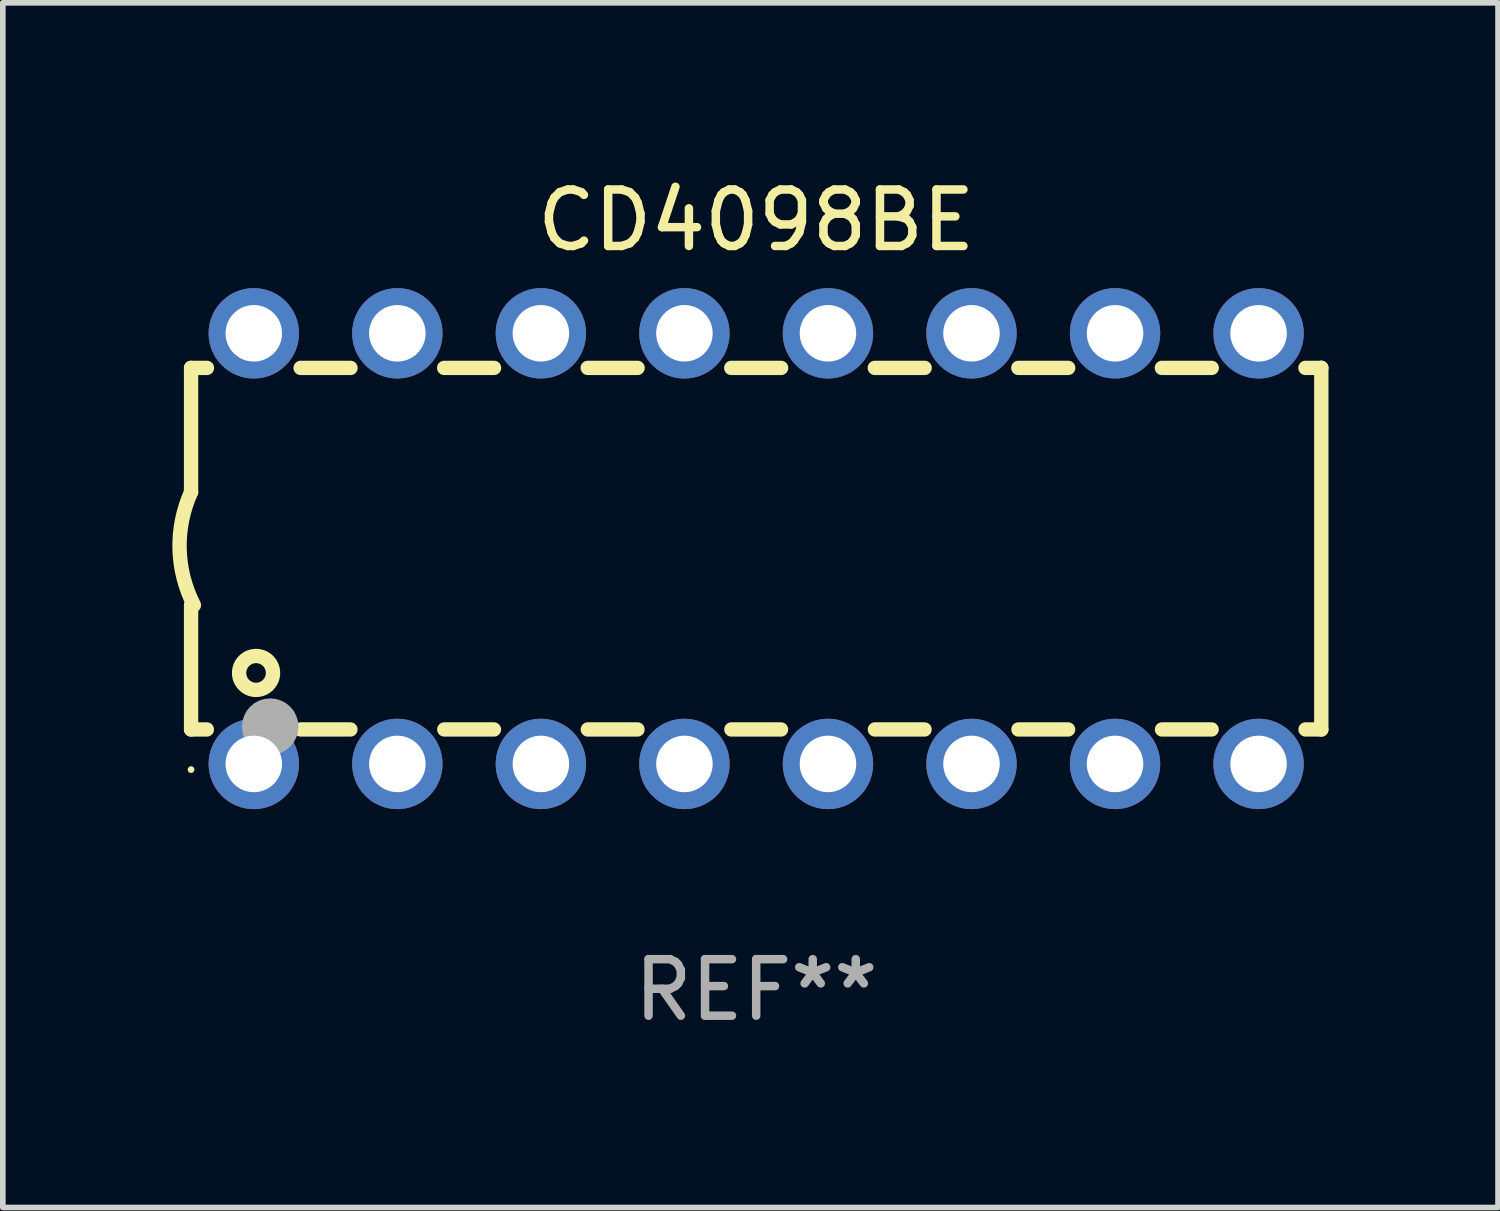
<source format=kicad_pcb>
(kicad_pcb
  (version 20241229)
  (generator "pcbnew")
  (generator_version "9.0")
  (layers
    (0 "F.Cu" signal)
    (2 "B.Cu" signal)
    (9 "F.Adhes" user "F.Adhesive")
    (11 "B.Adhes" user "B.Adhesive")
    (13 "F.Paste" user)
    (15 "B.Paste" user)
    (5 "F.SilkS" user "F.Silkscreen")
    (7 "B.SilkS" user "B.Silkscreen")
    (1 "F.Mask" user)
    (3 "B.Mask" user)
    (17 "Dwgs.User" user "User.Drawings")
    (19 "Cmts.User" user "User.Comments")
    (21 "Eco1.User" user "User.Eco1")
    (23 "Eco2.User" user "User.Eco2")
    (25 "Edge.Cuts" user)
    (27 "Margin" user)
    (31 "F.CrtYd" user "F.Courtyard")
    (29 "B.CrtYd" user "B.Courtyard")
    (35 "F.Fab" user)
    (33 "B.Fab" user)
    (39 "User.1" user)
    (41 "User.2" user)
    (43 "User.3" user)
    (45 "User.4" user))
  (footprint "CD4098BE"
    (layer "F.Cu")
    (at 10.331 6.658)
    (property "Reference" "CD4098BE" (at 0 -5.81 0) (layer "F.SilkS") (effects (font (size 1 1) (thickness 0.15))))
    (attr through_hole)
    (fp_line (start -10 -3.198) (end -9.719 -3.198) (stroke (width 0.254) (type solid)) (layer "F.SilkS"))
    (fp_line (start -10 -0.998) (end -10 -3.198) (stroke (width 0.254) (type solid)) (layer "F.SilkS"))
    (fp_line (start -10 3.2) (end -10 1) (stroke (width 0.254) (type solid)) (layer "F.SilkS"))
    (fp_line (start -10 3.2) (end -9.721 3.2) (stroke (width 0.254) (type solid)) (layer "F.SilkS"))
    (fp_line (start -8.061 -3.198) (end -7.179 -3.198) (stroke (width 0.254) (type solid)) (layer "F.SilkS"))
    (fp_line (start -8.059 3.2) (end -7.181 3.2) (stroke (width 0.254) (type solid)) (layer "F.SilkS"))
    (fp_line (start -5.521 -3.198) (end -4.639 -3.198) (stroke (width 0.254) (type solid)) (layer "F.SilkS"))
    (fp_line (start -5.519 3.2) (end -4.641 3.2) (stroke (width 0.254) (type solid)) (layer "F.SilkS"))
    (fp_line (start -2.981 -3.198) (end -2.099 -3.198) (stroke (width 0.254) (type solid)) (layer "F.SilkS"))
    (fp_line (start -2.979 3.2) (end -2.101 3.2) (stroke (width 0.254) (type solid)) (layer "F.SilkS"))
    (fp_line (start -0.441 -3.198) (end 0.441 -3.198) (stroke (width 0.254) (type solid)) (layer "F.SilkS"))
    (fp_line (start -0.439 3.2) (end 0.439 3.2) (stroke (width 0.254) (type solid)) (layer "F.SilkS"))
    (fp_line (start 2.099 -3.198) (end 2.981 -3.198) (stroke (width 0.254) (type solid)) (layer "F.SilkS"))
    (fp_line (start 2.101 3.2) (end 2.979 3.2) (stroke (width 0.254) (type solid)) (layer "F.SilkS"))
    (fp_line (start 4.639 -3.198) (end 5.521 -3.198) (stroke (width 0.254) (type solid)) (layer "F.SilkS"))
    (fp_line (start 4.641 3.2) (end 5.519 3.2) (stroke (width 0.254) (type solid)) (layer "F.SilkS"))
    (fp_line (start 7.179 -3.198) (end 8.061 -3.198) (stroke (width 0.254) (type solid)) (layer "F.SilkS"))
    (fp_line (start 7.181 3.2) (end 8.059 3.2) (stroke (width 0.254) (type solid)) (layer "F.SilkS"))
    (fp_line (start 9.719 -3.198) (end 10 -3.198) (stroke (width 0.254) (type solid)) (layer "F.SilkS"))
    (fp_line (start 9.721 3.2) (end 10 3.2) (stroke (width 0.254) (type solid)) (layer "F.SilkS"))
    (fp_line (start 10 3.2) (end 10 -3.2) (stroke (width 0.254) (type solid)) (layer "F.SilkS"))
    (fp_arc (start -9.949962 1) (mid -10.203153 0.005709) (end -10 -1) (stroke (width 0.254001) (type solid)) (layer "F.SilkS"))
    (fp_circle (center -10 3.91) (end -9.97 3.91) (stroke (width 0.06) (type solid)) (fill no) (layer "F.SilkS"))
    (fp_circle (center -8.85 2.2) (end -8.55 2.2) (stroke (width 0.254) (type solid)) (fill no) (layer "F.SilkS"))
    (fp_circle (center -8.6 3.15) (end -8.35 3.15) (stroke (width 0.5) (type solid)) (fill no) (layer "F.Fab"))
    (fp_text user "REF**" (at 0 7.81 0) (layer "F.Fab") (effects (font (size 1 1) (thickness 0.15))))
    (pad "1" thru_hole circle (at -8.89 3.81) (size 1.6 1.6) (drill 1) (layers "*.Cu" "*.Mask"))
    (pad "2" thru_hole circle (at -6.35 3.81) (size 1.6 1.6) (drill 1) (layers "*.Cu" "*.Mask"))
    (pad "3" thru_hole circle (at -3.81 3.81) (size 1.6 1.6) (drill 1) (layers "*.Cu" "*.Mask"))
    (pad "4" thru_hole circle (at -1.27 3.81) (size 1.6 1.6) (drill 1) (layers "*.Cu" "*.Mask"))
    (pad "5" thru_hole circle (at 1.27 3.81) (size 1.6 1.6) (drill 1) (layers "*.Cu" "*.Mask"))
    (pad "6" thru_hole circle (at 3.81 3.81) (size 1.6 1.6) (drill 1) (layers "*.Cu" "*.Mask"))
    (pad "7" thru_hole circle (at 6.35 3.81) (size 1.6 1.6) (drill 1) (layers "*.Cu" "*.Mask"))
    (pad "8" thru_hole circle (at 8.89 3.81) (size 1.6 1.6) (drill 1) (layers "*.Cu" "*.Mask"))
    (pad "9" thru_hole circle (at 8.89 -3.81) (size 1.6 1.6) (drill 1) (layers "*.Cu" "*.Mask"))
    (pad "10" thru_hole circle (at 6.35 -3.81) (size 1.6 1.6) (drill 1) (layers "*.Cu" "*.Mask"))
    (pad "11" thru_hole circle (at 3.81 -3.81) (size 1.6 1.6) (drill 1) (layers "*.Cu" "*.Mask"))
    (pad "12" thru_hole circle (at 1.27 -3.81) (size 1.6 1.6) (drill 1) (layers "*.Cu" "*.Mask"))
    (pad "13" thru_hole circle (at -1.27 -3.81) (size 1.6 1.6) (drill 1) (layers "*.Cu" "*.Mask"))
    (pad "14" thru_hole circle (at -3.81 -3.81) (size 1.6 1.6) (drill 1) (layers "*.Cu" "*.Mask"))
    (pad "15" thru_hole circle (at -6.35 -3.81) (size 1.6 1.6) (drill 1) (layers "*.Cu" "*.Mask"))
    (pad "16" thru_hole circle (at -8.89 -3.81) (size 1.6 1.6) (drill 1) (layers "*.Cu" "*.Mask")))
  (gr_rect
    (start -3 -3)
    (end 23.458 18.317)
    (stroke (width 0.1) (type default))
    (fill no)
    (layer "Edge.Cuts")))
</source>
